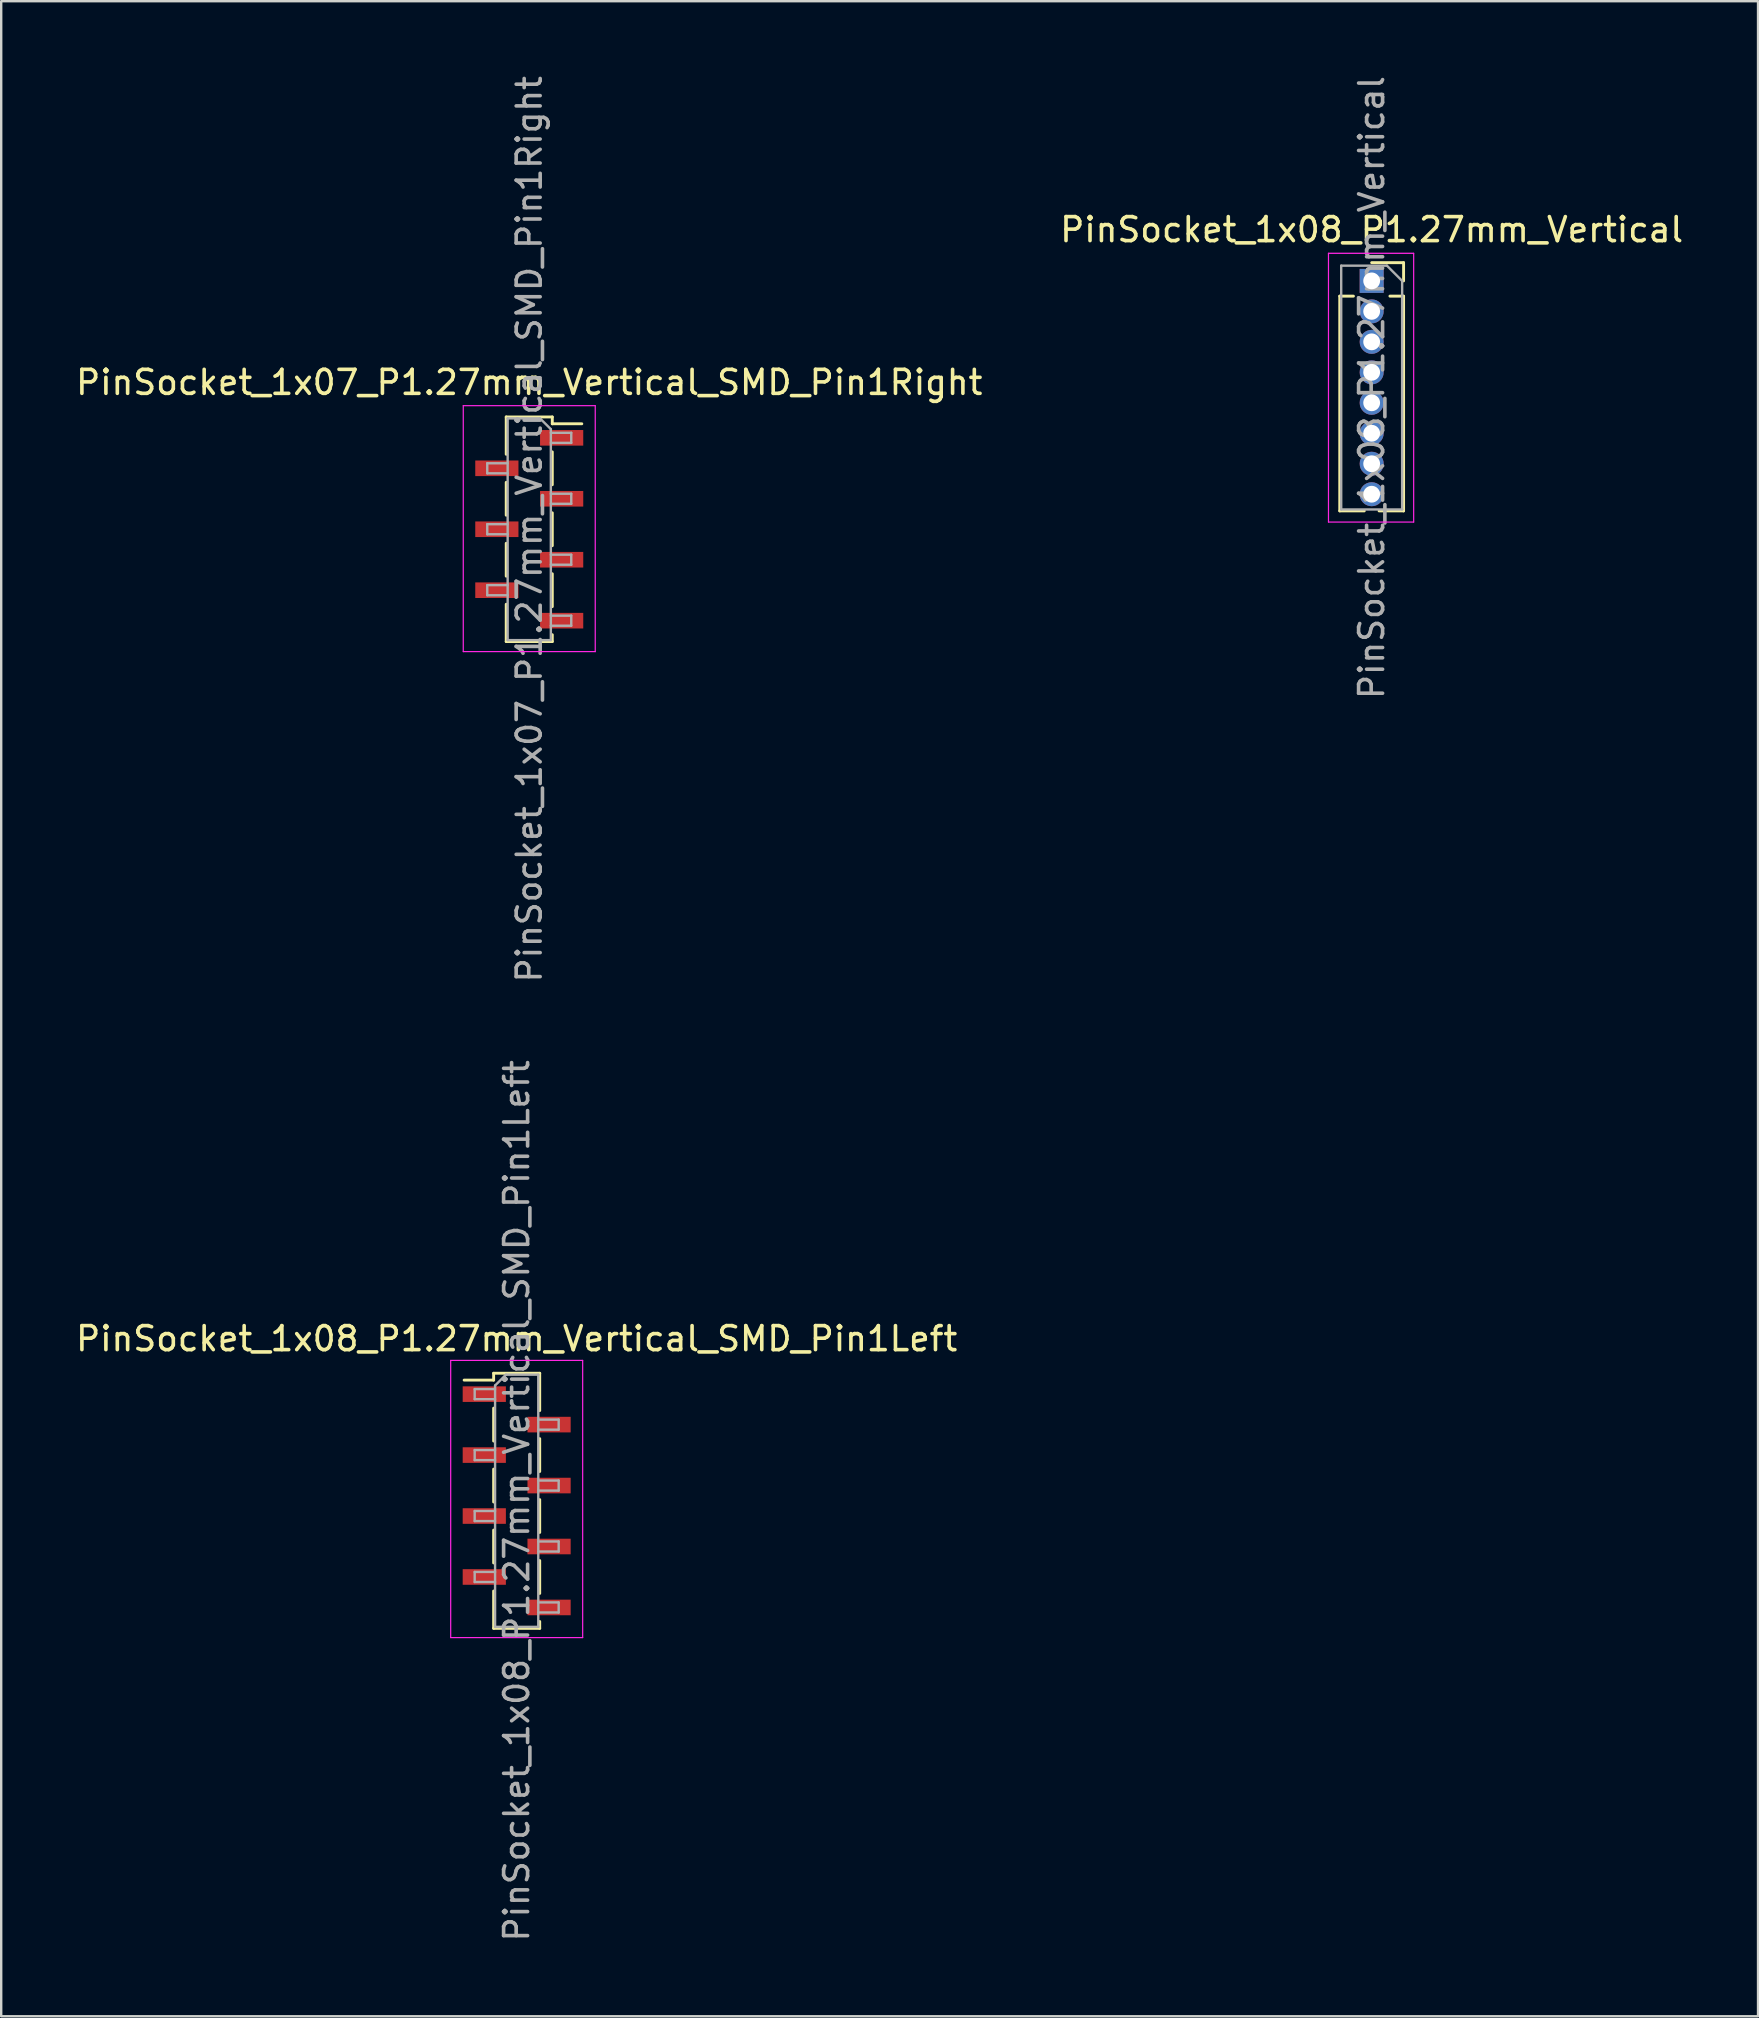
<source format=kicad_pcb>
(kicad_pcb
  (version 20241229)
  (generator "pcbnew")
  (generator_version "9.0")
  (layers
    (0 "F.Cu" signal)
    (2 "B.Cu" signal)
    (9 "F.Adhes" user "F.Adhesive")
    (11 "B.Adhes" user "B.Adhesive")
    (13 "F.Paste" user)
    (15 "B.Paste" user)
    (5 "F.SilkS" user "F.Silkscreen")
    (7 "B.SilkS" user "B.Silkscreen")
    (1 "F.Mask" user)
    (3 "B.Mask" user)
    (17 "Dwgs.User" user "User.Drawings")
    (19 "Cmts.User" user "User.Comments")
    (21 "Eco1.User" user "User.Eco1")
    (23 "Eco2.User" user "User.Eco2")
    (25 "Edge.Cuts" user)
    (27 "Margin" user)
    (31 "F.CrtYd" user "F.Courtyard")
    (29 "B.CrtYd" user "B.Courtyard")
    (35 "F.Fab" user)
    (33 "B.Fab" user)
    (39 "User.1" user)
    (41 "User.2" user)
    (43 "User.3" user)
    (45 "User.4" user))
  (footprint "PinSocket_1x07_P1.27mm_Vertical_SMD_Pin1Right"
    (layer "F.Cu")
    (at 19.006 19.006)
    (property "Reference" "PinSocket_1x07_P1.27mm_Vertical_SMD_Pin1Right" (at 0 -6.12 0) (layer "F.SilkS") (effects (font (size 1 1) (thickness 0.15))))
    (attr smd)
    (fp_line (start -0.96 -4.68) (end -0.96 -3.125) (stroke (width 0.12) (type solid)) (layer "F.SilkS"))
    (fp_line (start -0.96 -4.68) (end 0.96 -4.68) (stroke (width 0.12) (type solid)) (layer "F.SilkS"))
    (fp_line (start -0.96 -1.955) (end -0.96 -0.585) (stroke (width 0.12) (type solid)) (layer "F.SilkS"))
    (fp_line (start -0.96 0.585) (end -0.96 1.955) (stroke (width 0.12) (type solid)) (layer "F.SilkS"))
    (fp_line (start -0.96 3.125) (end -0.96 4.68) (stroke (width 0.12) (type solid)) (layer "F.SilkS"))
    (fp_line (start -0.96 4.68) (end 0.96 4.68) (stroke (width 0.12) (type solid)) (layer "F.SilkS"))
    (fp_line (start 0.96 -4.68) (end 0.96 -4.395) (stroke (width 0.12) (type solid)) (layer "F.SilkS"))
    (fp_line (start 0.96 -4.395) (end 2.19 -4.395) (stroke (width 0.12) (type solid)) (layer "F.SilkS"))
    (fp_line (start 0.96 -3.225) (end 0.96 -1.855) (stroke (width 0.12) (type solid)) (layer "F.SilkS"))
    (fp_line (start 0.96 -0.685) (end 0.96 0.685) (stroke (width 0.12) (type solid)) (layer "F.SilkS"))
    (fp_line (start 0.96 1.855) (end 0.96 3.225) (stroke (width 0.12) (type solid)) (layer "F.SilkS"))
    (fp_line (start 0.96 4.395) (end 0.96 4.68) (stroke (width 0.12) (type solid)) (layer "F.SilkS"))
    (fp_line (start -2.75 -5.15) (end 2.75 -5.15) (stroke (width 0.05) (type solid)) (layer "F.CrtYd"))
    (fp_line (start -2.75 5.1) (end -2.75 -5.15) (stroke (width 0.05) (type solid)) (layer "F.CrtYd"))
    (fp_line (start 2.75 -5.15) (end 2.75 5.1) (stroke (width 0.05) (type solid)) (layer "F.CrtYd"))
    (fp_line (start 2.75 5.1) (end -2.75 5.1) (stroke (width 0.05) (type solid)) (layer "F.CrtYd"))
    (fp_line (start -1.75 -2.75) (end -0.9 -2.75) (stroke (width 0.1) (type solid)) (layer "F.Fab"))
    (fp_line (start -1.75 -2.33) (end -1.75 -2.75) (stroke (width 0.1) (type solid)) (layer "F.Fab"))
    (fp_line (start -1.75 -0.21) (end -0.9 -0.21) (stroke (width 0.1) (type solid)) (layer "F.Fab"))
    (fp_line (start -1.75 0.21) (end -1.75 -0.21) (stroke (width 0.1) (type solid)) (layer "F.Fab"))
    (fp_line (start -1.75 2.33) (end -0.9 2.33) (stroke (width 0.1) (type solid)) (layer "F.Fab"))
    (fp_line (start -1.75 2.75) (end -1.75 2.33) (stroke (width 0.1) (type solid)) (layer "F.Fab"))
    (fp_line (start -0.9 -4.62) (end 0.45 -4.62) (stroke (width 0.1) (type solid)) (layer "F.Fab"))
    (fp_line (start -0.9 -2.33) (end -1.75 -2.33) (stroke (width 0.1) (type solid)) (layer "F.Fab"))
    (fp_line (start -0.9 0.21) (end -1.75 0.21) (stroke (width 0.1) (type solid)) (layer "F.Fab"))
    (fp_line (start -0.9 2.75) (end -1.75 2.75) (stroke (width 0.1) (type solid)) (layer "F.Fab"))
    (fp_line (start -0.9 4.62) (end -0.9 -4.62) (stroke (width 0.1) (type solid)) (layer "F.Fab"))
    (fp_line (start 0.45 -4.62) (end 0.9 -4.17) (stroke (width 0.1) (type solid)) (layer "F.Fab"))
    (fp_line (start 0.9 -4.17) (end 0.9 4.62) (stroke (width 0.1) (type solid)) (layer "F.Fab"))
    (fp_line (start 0.9 -4.02) (end 1.75 -4.02) (stroke (width 0.1) (type solid)) (layer "F.Fab"))
    (fp_line (start 0.9 -1.48) (end 1.75 -1.48) (stroke (width 0.1) (type solid)) (layer "F.Fab"))
    (fp_line (start 0.9 1.06) (end 1.75 1.06) (stroke (width 0.1) (type solid)) (layer "F.Fab"))
    (fp_line (start 0.9 3.6) (end 1.75 3.6) (stroke (width 0.1) (type solid)) (layer "F.Fab"))
    (fp_line (start 0.9 4.62) (end -0.9 4.62) (stroke (width 0.1) (type solid)) (layer "F.Fab"))
    (fp_line (start 1.75 -4.02) (end 1.75 -3.6) (stroke (width 0.1) (type solid)) (layer "F.Fab"))
    (fp_line (start 1.75 -3.6) (end 0.9 -3.6) (stroke (width 0.1) (type solid)) (layer "F.Fab"))
    (fp_line (start 1.75 -1.48) (end 1.75 -1.06) (stroke (width 0.1) (type solid)) (layer "F.Fab"))
    (fp_line (start 1.75 -1.06) (end 0.9 -1.06) (stroke (width 0.1) (type solid)) (layer "F.Fab"))
    (fp_line (start 1.75 1.06) (end 1.75 1.48) (stroke (width 0.1) (type solid)) (layer "F.Fab"))
    (fp_line (start 1.75 1.48) (end 0.9 1.48) (stroke (width 0.1) (type solid)) (layer "F.Fab"))
    (fp_line (start 1.75 3.6) (end 1.75 4.02) (stroke (width 0.1) (type solid)) (layer "F.Fab"))
    (fp_line (start 1.75 4.02) (end 0.9 4.02) (stroke (width 0.1) (type solid)) (layer "F.Fab"))
    (fp_text user "${REFERENCE}" (at 0 0 90) (layer "F.Fab") (effects (font (size 1 1) (thickness 0.15))))
    (pad "1" smd rect (at 1.35 -3.81) (size 1.8 0.65) (layers "F.Cu" "F.Mask" "F.Paste"))
    (pad "2" smd rect (at -1.35 -2.54) (size 1.8 0.65) (layers "F.Cu" "F.Mask" "F.Paste"))
    (pad "3" smd rect (at 1.35 -1.27) (size 1.8 0.65) (layers "F.Cu" "F.Mask" "F.Paste"))
    (pad "4" smd rect (at -1.35 0) (size 1.8 0.65) (layers "F.Cu" "F.Mask" "F.Paste"))
    (pad "5" smd rect (at 1.35 1.27) (size 1.8 0.65) (layers "F.Cu" "F.Mask" "F.Paste"))
    (pad "6" smd rect (at -1.35 2.54) (size 1.8 0.65) (layers "F.Cu" "F.Mask" "F.Paste"))
    (pad "7" smd rect (at 1.35 3.81) (size 1.8 0.65) (layers "F.Cu" "F.Mask" "F.Paste")))
  (footprint "PinSocket_1x08_P1.27mm_Vertical"
    (layer "F.Cu")
    (at 54.113 8.656)
    (property "Reference" "PinSocket_1x08_P1.27mm_Vertical" (at 0 -2.135 0) (layer "F.SilkS") (effects (font (size 1 1) (thickness 0.15))))
    (attr through_hole)
    (fp_line (start -1.33 0.635) (end -1.33 9.585) (stroke (width 0.12) (type solid)) (layer "F.SilkS"))
    (fp_line (start -1.33 0.635) (end -0.76 0.635) (stroke (width 0.12) (type solid)) (layer "F.SilkS"))
    (fp_line (start -1.33 9.585) (end -0.308 9.585) (stroke (width 0.12) (type solid)) (layer "F.SilkS"))
    (fp_line (start 0 -0.76) (end 1.33 -0.76) (stroke (width 0.12) (type solid)) (layer "F.SilkS"))
    (fp_line (start 0.308 9.585) (end 1.33 9.585) (stroke (width 0.12) (type solid)) (layer "F.SilkS"))
    (fp_line (start 0.76 0.635) (end 1.33 0.635) (stroke (width 0.12) (type solid)) (layer "F.SilkS"))
    (fp_line (start 1.33 -0.76) (end 1.33 0) (stroke (width 0.12) (type solid)) (layer "F.SilkS"))
    (fp_line (start 1.33 0.635) (end 1.33 9.585) (stroke (width 0.12) (type solid)) (layer "F.SilkS"))
    (fp_line (start -1.8 -1.15) (end 1.75 -1.15) (stroke (width 0.05) (type solid)) (layer "F.CrtYd"))
    (fp_line (start -1.8 10.05) (end -1.8 -1.15) (stroke (width 0.05) (type solid)) (layer "F.CrtYd"))
    (fp_line (start 1.75 -1.15) (end 1.75 10.05) (stroke (width 0.05) (type solid)) (layer "F.CrtYd"))
    (fp_line (start 1.75 10.05) (end -1.8 10.05) (stroke (width 0.05) (type solid)) (layer "F.CrtYd"))
    (fp_line (start -1.27 -0.635) (end 0.635 -0.635) (stroke (width 0.1) (type solid)) (layer "F.Fab"))
    (fp_line (start -1.27 9.525) (end -1.27 -0.635) (stroke (width 0.1) (type solid)) (layer "F.Fab"))
    (fp_line (start 0.635 -0.635) (end 1.27 0) (stroke (width 0.1) (type solid)) (layer "F.Fab"))
    (fp_line (start 1.27 0) (end 1.27 9.525) (stroke (width 0.1) (type solid)) (layer "F.Fab"))
    (fp_line (start 1.27 9.525) (end -1.27 9.525) (stroke (width 0.1) (type solid)) (layer "F.Fab"))
    (fp_text user "${REFERENCE}" (at 0 4.445 90) (layer "F.Fab") (effects (font (size 1 1) (thickness 0.15))))
    (pad "1" thru_hole rect (at 0 0) (size 1 1) (drill 0.7) (layers "*.Cu" "*.Mask"))
    (pad "2" thru_hole oval (at 0 1.27) (size 1 1) (drill 0.7) (layers "*.Cu" "*.Mask"))
    (pad "3" thru_hole oval (at 0 2.54) (size 1 1) (drill 0.7) (layers "*.Cu" "*.Mask"))
    (pad "4" thru_hole oval (at 0 3.81) (size 1 1) (drill 0.7) (layers "*.Cu" "*.Mask"))
    (pad "5" thru_hole oval (at 0 5.08) (size 1 1) (drill 0.7) (layers "*.Cu" "*.Mask"))
    (pad "6" thru_hole oval (at 0 6.35) (size 1 1) (drill 0.7) (layers "*.Cu" "*.Mask"))
    (pad "7" thru_hole oval (at 0 7.62) (size 1 1) (drill 0.7) (layers "*.Cu" "*.Mask"))
    (pad "8" thru_hole oval (at 0 8.89) (size 1 1) (drill 0.7) (layers "*.Cu" "*.Mask")))
  (footprint "PinSocket_1x08_P1.27mm_Vertical_SMD_Pin1Left"
    (layer "F.Cu")
    (at 18.482 59.494)
    (property "Reference" "PinSocket_1x08_P1.27mm_Vertical_SMD_Pin1Left" (at 0 -6.755 0) (layer "F.SilkS") (effects (font (size 1 1) (thickness 0.15))))
    (attr smd)
    (fp_line (start -2.19 -5.03) (end -0.96 -5.03) (stroke (width 0.12) (type solid)) (layer "F.SilkS"))
    (fp_line (start -0.96 -5.315) (end -0.96 -5.03) (stroke (width 0.12) (type solid)) (layer "F.SilkS"))
    (fp_line (start -0.96 -5.315) (end 0.96 -5.315) (stroke (width 0.12) (type solid)) (layer "F.SilkS"))
    (fp_line (start -0.96 -3.86) (end -0.96 -2.49) (stroke (width 0.12) (type solid)) (layer "F.SilkS"))
    (fp_line (start -0.96 -1.32) (end -0.96 0.05) (stroke (width 0.12) (type solid)) (layer "F.SilkS"))
    (fp_line (start -0.96 1.22) (end -0.96 2.59) (stroke (width 0.12) (type solid)) (layer "F.SilkS"))
    (fp_line (start -0.96 3.76) (end -0.96 5.315) (stroke (width 0.12) (type solid)) (layer "F.SilkS"))
    (fp_line (start -0.96 5.315) (end 0.96 5.315) (stroke (width 0.12) (type solid)) (layer "F.SilkS"))
    (fp_line (start 0.96 -5.315) (end 0.96 -3.76) (stroke (width 0.12) (type solid)) (layer "F.SilkS"))
    (fp_line (start 0.96 -2.59) (end 0.96 -1.22) (stroke (width 0.12) (type solid)) (layer "F.SilkS"))
    (fp_line (start 0.96 -0.05) (end 0.96 1.32) (stroke (width 0.12) (type solid)) (layer "F.SilkS"))
    (fp_line (start 0.96 2.49) (end 0.96 3.86) (stroke (width 0.12) (type solid)) (layer "F.SilkS"))
    (fp_line (start 0.96 5.03) (end 0.96 5.315) (stroke (width 0.12) (type solid)) (layer "F.SilkS"))
    (fp_line (start -2.75 -5.85) (end 2.75 -5.85) (stroke (width 0.05) (type solid)) (layer "F.CrtYd"))
    (fp_line (start -2.75 5.7) (end -2.75 -5.85) (stroke (width 0.05) (type solid)) (layer "F.CrtYd"))
    (fp_line (start 2.75 -5.85) (end 2.75 5.7) (stroke (width 0.05) (type solid)) (layer "F.CrtYd"))
    (fp_line (start 2.75 5.7) (end -2.75 5.7) (stroke (width 0.05) (type solid)) (layer "F.CrtYd"))
    (fp_line (start -1.75 -4.655) (end -0.9 -4.655) (stroke (width 0.1) (type solid)) (layer "F.Fab"))
    (fp_line (start -1.75 -4.235) (end -1.75 -4.655) (stroke (width 0.1) (type solid)) (layer "F.Fab"))
    (fp_line (start -1.75 -2.115) (end -0.9 -2.115) (stroke (width 0.1) (type solid)) (layer "F.Fab"))
    (fp_line (start -1.75 -1.695) (end -1.75 -2.115) (stroke (width 0.1) (type solid)) (layer "F.Fab"))
    (fp_line (start -1.75 0.425) (end -0.9 0.425) (stroke (width 0.1) (type solid)) (layer "F.Fab"))
    (fp_line (start -1.75 0.845) (end -1.75 0.425) (stroke (width 0.1) (type solid)) (layer "F.Fab"))
    (fp_line (start -1.75 2.965) (end -0.9 2.965) (stroke (width 0.1) (type solid)) (layer "F.Fab"))
    (fp_line (start -1.75 3.385) (end -1.75 2.965) (stroke (width 0.1) (type solid)) (layer "F.Fab"))
    (fp_line (start -0.9 -4.805) (end -0.45 -5.255) (stroke (width 0.1) (type solid)) (layer "F.Fab"))
    (fp_line (start -0.9 -4.235) (end -1.75 -4.235) (stroke (width 0.1) (type solid)) (layer "F.Fab"))
    (fp_line (start -0.9 -1.695) (end -1.75 -1.695) (stroke (width 0.1) (type solid)) (layer "F.Fab"))
    (fp_line (start -0.9 0.845) (end -1.75 0.845) (stroke (width 0.1) (type solid)) (layer "F.Fab"))
    (fp_line (start -0.9 3.385) (end -1.75 3.385) (stroke (width 0.1) (type solid)) (layer "F.Fab"))
    (fp_line (start -0.9 5.255) (end -0.9 -4.805) (stroke (width 0.1) (type solid)) (layer "F.Fab"))
    (fp_line (start -0.45 -5.255) (end 0.9 -5.255) (stroke (width 0.1) (type solid)) (layer "F.Fab"))
    (fp_line (start 0.9 -5.255) (end 0.9 5.255) (stroke (width 0.1) (type solid)) (layer "F.Fab"))
    (fp_line (start 0.9 -3.385) (end 1.75 -3.385) (stroke (width 0.1) (type solid)) (layer "F.Fab"))
    (fp_line (start 0.9 -0.845) (end 1.75 -0.845) (stroke (width 0.1) (type solid)) (layer "F.Fab"))
    (fp_line (start 0.9 1.695) (end 1.75 1.695) (stroke (width 0.1) (type solid)) (layer "F.Fab"))
    (fp_line (start 0.9 4.235) (end 1.75 4.235) (stroke (width 0.1) (type solid)) (layer "F.Fab"))
    (fp_line (start 0.9 5.255) (end -0.9 5.255) (stroke (width 0.1) (type solid)) (layer "F.Fab"))
    (fp_line (start 1.75 -3.385) (end 1.75 -2.965) (stroke (width 0.1) (type solid)) (layer "F.Fab"))
    (fp_line (start 1.75 -2.965) (end 0.9 -2.965) (stroke (width 0.1) (type solid)) (layer "F.Fab"))
    (fp_line (start 1.75 -0.845) (end 1.75 -0.425) (stroke (width 0.1) (type solid)) (layer "F.Fab"))
    (fp_line (start 1.75 -0.425) (end 0.9 -0.425) (stroke (width 0.1) (type solid)) (layer "F.Fab"))
    (fp_line (start 1.75 1.695) (end 1.75 2.115) (stroke (width 0.1) (type solid)) (layer "F.Fab"))
    (fp_line (start 1.75 2.115) (end 0.9 2.115) (stroke (width 0.1) (type solid)) (layer "F.Fab"))
    (fp_line (start 1.75 4.235) (end 1.75 4.655) (stroke (width 0.1) (type solid)) (layer "F.Fab"))
    (fp_line (start 1.75 4.655) (end 0.9 4.655) (stroke (width 0.1) (type solid)) (layer "F.Fab"))
    (fp_text user "${REFERENCE}" (at 0 0 90) (layer "F.Fab") (effects (font (size 1 1) (thickness 0.15))))
    (pad "1" smd rect (at -1.35 -4.445) (size 1.8 0.65) (layers "F.Cu" "F.Mask" "F.Paste"))
    (pad "2" smd rect (at 1.35 -3.175) (size 1.8 0.65) (layers "F.Cu" "F.Mask" "F.Paste"))
    (pad "3" smd rect (at -1.35 -1.905) (size 1.8 0.65) (layers "F.Cu" "F.Mask" "F.Paste"))
    (pad "4" smd rect (at 1.35 -0.635) (size 1.8 0.65) (layers "F.Cu" "F.Mask" "F.Paste"))
    (pad "5" smd rect (at -1.35 0.635) (size 1.8 0.65) (layers "F.Cu" "F.Mask" "F.Paste"))
    (pad "6" smd rect (at 1.35 1.905) (size 1.8 0.65) (layers "F.Cu" "F.Mask" "F.Paste"))
    (pad "7" smd rect (at -1.35 3.175) (size 1.8 0.65) (layers "F.Cu" "F.Mask" "F.Paste"))
    (pad "8" smd rect (at 1.35 4.445) (size 1.8 0.65) (layers "F.Cu" "F.Mask" "F.Paste")))
  (gr_rect
    (start -3 -3)
    (end 70.214 80.976)
    (stroke (width 0.1) (type default))
    (fill no)
    (layer "Edge.Cuts")))
</source>
